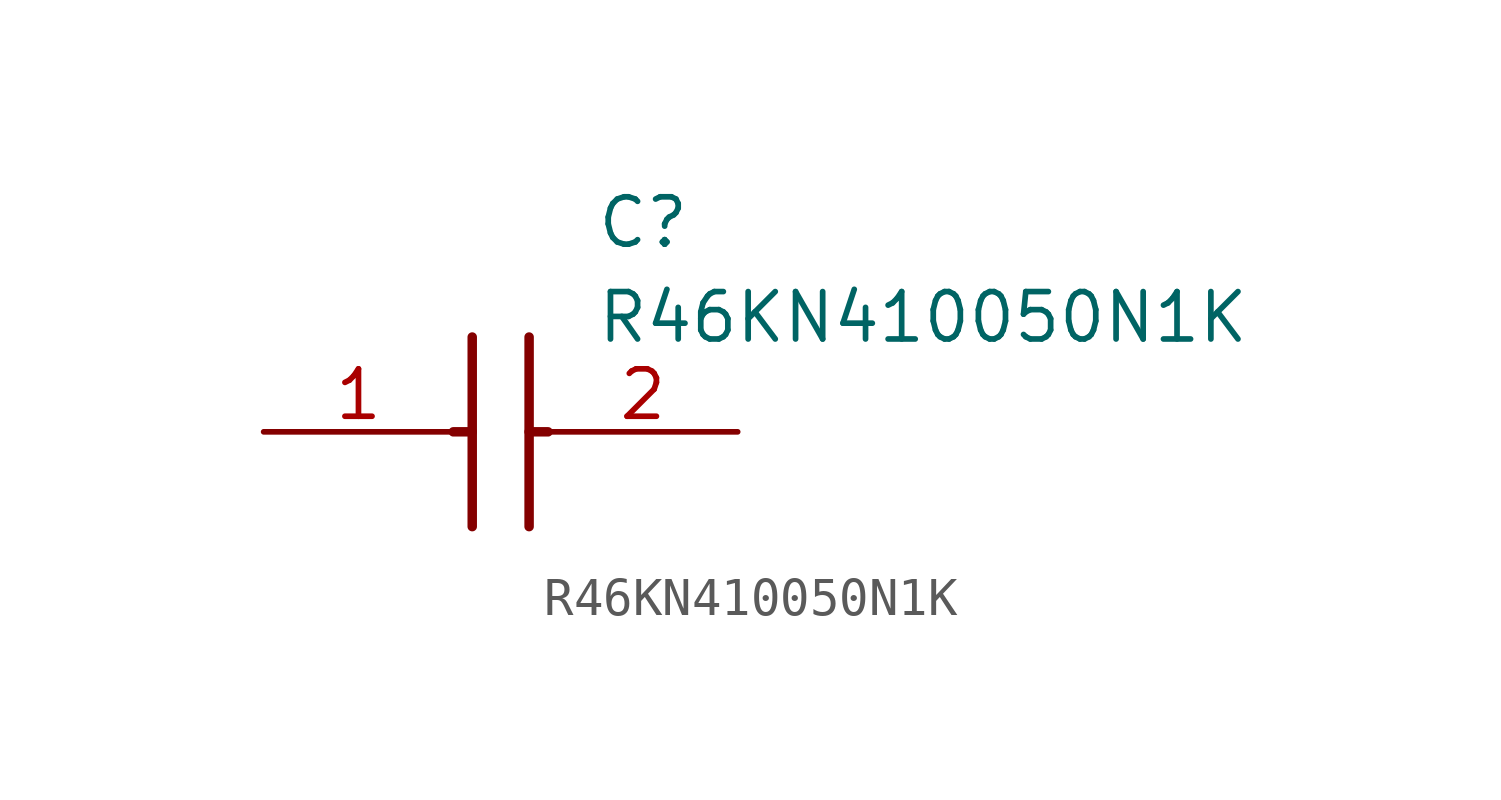
<source format=kicad_sym>
(kicad_symbol_lib
  (version 20211014)
  (generator SamacSys_ECAD_Model)
  (symbol "R46KN410050N1K"
    (pin_names hide)
    (property "Reference" "C"
      (at 8.89 6.35 0)
      (effects (font (size 1.27 1.27)) (justify left top)))
    (property "Value" "R46KN410050N1K"
      (at 8.89 3.81 0)
      (effects (font (size 1.27 1.27)) (justify left top)))
    (polyline
      (pts (xy 5.588 2.54) (xy 5.588 -2.54))
      (stroke (width 0.254) (type default))
      (fill (type none)))
    (polyline
      (pts (xy 7.112 2.54) (xy 7.112 -2.54))
      (stroke (width 0.254) (type default))
      (fill (type none)))
    (polyline
      (pts (xy 5.08 0) (xy 5.588 0))
      (stroke (width 0.254) (type default))
      (fill (type none)))
    (polyline
      (pts (xy 7.112 0) (xy 7.62 0))
      (stroke (width 0.254) (type default))
      (fill (type none)))
    (pin passive line
      (at 0 0 0)
      (length 5.08)
      (name "1" (effects (font (size 1.27 1.27))))
      (number "1" (effects (font (size 1.27 1.27)))))
    (pin passive line
      (at 12.7 0 180)
      (length 5.08)
      (name "2" (effects (font (size 1.27 1.27))))
      (number "2" (effects (font (size 1.27 1.27)))))))
</source>
